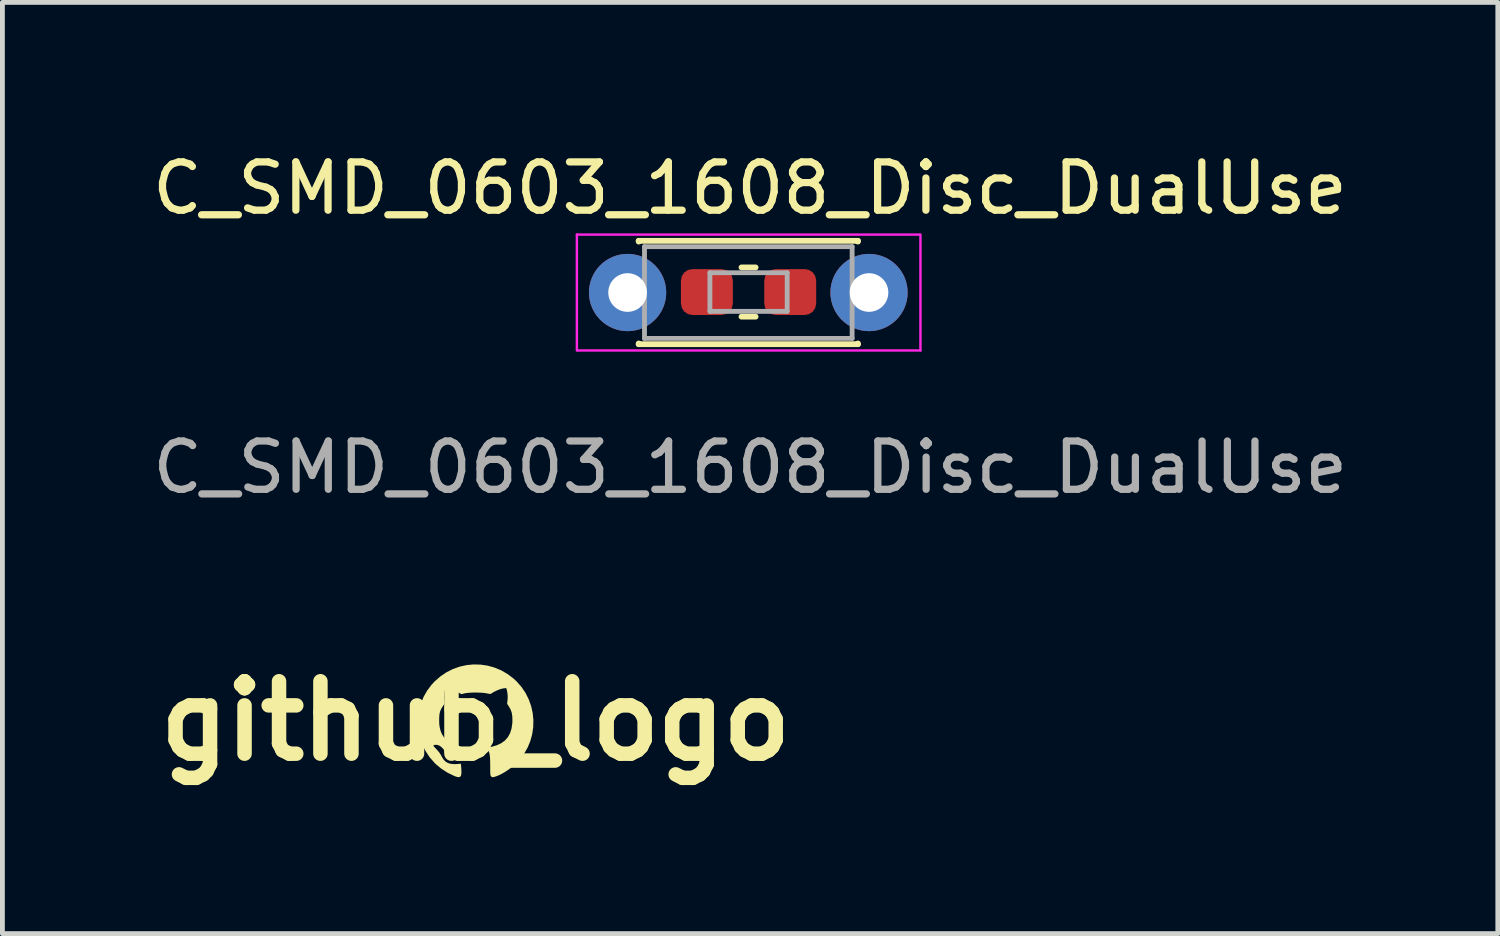
<source format=kicad_pcb>
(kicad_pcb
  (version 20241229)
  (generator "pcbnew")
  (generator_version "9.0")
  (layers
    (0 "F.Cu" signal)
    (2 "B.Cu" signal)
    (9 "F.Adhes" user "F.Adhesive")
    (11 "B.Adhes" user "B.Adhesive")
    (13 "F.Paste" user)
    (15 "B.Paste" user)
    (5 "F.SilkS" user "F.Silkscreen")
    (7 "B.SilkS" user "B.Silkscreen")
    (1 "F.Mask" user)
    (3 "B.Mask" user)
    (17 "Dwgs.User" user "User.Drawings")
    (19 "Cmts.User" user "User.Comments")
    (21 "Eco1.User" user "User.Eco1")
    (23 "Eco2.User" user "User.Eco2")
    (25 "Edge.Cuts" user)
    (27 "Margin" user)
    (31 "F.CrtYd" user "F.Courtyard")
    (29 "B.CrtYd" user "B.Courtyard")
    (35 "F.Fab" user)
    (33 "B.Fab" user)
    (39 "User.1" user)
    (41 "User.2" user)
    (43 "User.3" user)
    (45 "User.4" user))
  (footprint "C_SMD_0603_1608_Disc_DualUse"
    (layer "F.Cu")
    (at 9.982 3.008)
    (property "Reference" "C_SMD_0603_1608_Disc_DualUse" (at 2.5 -2.16 0) (unlocked yes) (layer "F.SilkS") (effects (font (size 1 1) (thickness 0.15))))
    (fp_line (start 0.195 -1.07) (end 0.195 -1.055) (stroke (width 0.12) (type solid)) (layer "F.SilkS"))
    (fp_line (start 0.195 -1.07) (end 4.735 -1.07) (stroke (width 0.12) (type solid)) (layer "F.SilkS"))
    (fp_line (start 0.195 1.055) (end 0.195 1.07) (stroke (width 0.12) (type solid)) (layer "F.SilkS"))
    (fp_line (start 0.195 1.07) (end 4.735 1.07) (stroke (width 0.12) (type solid)) (layer "F.SilkS"))
    (fp_line (start 2.324 -0.52) (end 2.616 -0.52) (stroke (width 0.12) (type solid)) (layer "F.SilkS"))
    (fp_line (start 2.324 0.5) (end 2.616 0.5) (stroke (width 0.12) (type solid)) (layer "F.SilkS"))
    (fp_line (start 4.735 -1.07) (end 4.735 -1.055) (stroke (width 0.12) (type solid)) (layer "F.SilkS"))
    (fp_line (start 4.735 1.055) (end 4.735 1.07) (stroke (width 0.12) (type solid)) (layer "F.SilkS"))
    (fp_line (start -1.085 -1.2) (end -1.085 1.2) (stroke (width 0.05) (type solid)) (layer "F.CrtYd"))
    (fp_line (start -1.07 1.2) (end 6.03 1.2) (stroke (width 0.05) (type solid)) (layer "F.CrtYd"))
    (fp_line (start 6.015 -1.2) (end -1.085 -1.2) (stroke (width 0.05) (type solid)) (layer "F.CrtYd"))
    (fp_line (start 6.03 1.2) (end 6.03 -1.2) (stroke (width 0.05) (type solid)) (layer "F.CrtYd"))
    (fp_line (start 0.315 -0.95) (end 0.315 0.95) (stroke (width 0.1) (type solid)) (layer "F.Fab"))
    (fp_line (start 0.315 0.95) (end 4.615 0.95) (stroke (width 0.1) (type solid)) (layer "F.Fab"))
    (fp_line (start 1.67 -0.41) (end 3.27 -0.41) (stroke (width 0.1) (type solid)) (layer "F.Fab"))
    (fp_line (start 1.67 0.39) (end 1.67 -0.41) (stroke (width 0.1) (type solid)) (layer "F.Fab"))
    (fp_line (start 3.27 -0.41) (end 3.27 0.39) (stroke (width 0.1) (type solid)) (layer "F.Fab"))
    (fp_line (start 3.27 0.39) (end 1.67 0.39) (stroke (width 0.1) (type solid)) (layer "F.Fab"))
    (fp_line (start 4.615 -0.95) (end 0.315 -0.95) (stroke (width 0.1) (type solid)) (layer "F.Fab"))
    (fp_line (start 4.615 0.95) (end 4.615 -0.95) (stroke (width 0.1) (type solid)) (layer "F.Fab"))
    (fp_text user "${REFERENCE}" (at 2.505 3.62 0) (unlocked yes) (layer "F.Fab") (effects (font (size 1 1) (thickness 0.15))))
    (pad "1" thru_hole circle (at -0.035 0) (size 1.6 1.6) (drill 0.8) (layers "*.Cu" "*.Mask"))
    (pad "1" smd roundrect (at 1.607 -0.01) (size 1.075 0.95) (layers "F.Cu" "F.Mask" "F.Paste") (roundrect_rratio 0.25))
    (pad "2" smd roundrect (at 3.333 -0.01) (size 1.075 0.95) (layers "F.Cu" "F.Mask" "F.Paste") (roundrect_rratio 0.25))
    (pad "2" thru_hole circle (at 4.965 0) (size 1.6 1.6) (drill 0.8) (layers "*.Cu" "*.Mask")))
  (footprint "github_logo"
    (layer "F.Cu")
    (at 6.8 11.88)
    (property "Reference" "github_logo" (at 0 0 0) (layer "F.SilkS") (effects (font (size 1.5 1.5) (thickness 0.3))))
    (attr board_only exclude_from_pos_files exclude_from_bom)
    (fp_poly (pts (xy 0.104 -1.166) (xy 0.249 -1.145) (xy 0.391 -1.105) (xy 0.528 -1.048) (xy 0.659 -0.973) (xy 0.782 -0.88) (xy 0.849 -0.818) (xy 0.951 -0.702) (xy 1.035 -0.577) (xy 1.101 -0.444) (xy 1.15 -0.306) (xy 1.182 -0.163) (xy 1.196 -0.018) (xy 1.193 0.128) (xy 1.172 0.272) (xy 1.134 0.413) (xy 1.078 0.55) (xy 1.004 0.679) (xy 0.913 0.801) (xy 0.849 0.87) (xy 0.776 0.936) (xy 0.695 0.999) (xy 0.61 1.056) (xy 0.526 1.104) (xy 0.446 1.14) (xy 0.392 1.158) (xy 0.362 1.165) (xy 0.343 1.164) (xy 0.328 1.155) (xy 0.323 1.152) (xy 0.316 1.144) (xy 0.31 1.133) (xy 0.307 1.117) (xy 0.304 1.093) (xy 0.303 1.057) (xy 0.302 1.006) (xy 0.302 0.938) (xy 0.302 0.937) (xy 0.301 0.848) (xy 0.299 0.777) (xy 0.294 0.721) (xy 0.287 0.677) (xy 0.277 0.642) (xy 0.263 0.613) (xy 0.254 0.598) (xy 0.239 0.575) (xy 0.231 0.56) (xy 0.231 0.558) (xy 0.242 0.555) (xy 0.269 0.549) (xy 0.306 0.541) (xy 0.323 0.537) (xy 0.433 0.507) (xy 0.527 0.463) (xy 0.605 0.407) (xy 0.667 0.337) (xy 0.713 0.254) (xy 0.744 0.157) (xy 0.76 0.045) (xy 0.762 -0.016) (xy 0.759 -0.099) (xy 0.748 -0.168) (xy 0.727 -0.23) (xy 0.694 -0.29) (xy 0.683 -0.307) (xy 0.663 -0.337) (xy 0.654 -0.359) (xy 0.653 -0.379) (xy 0.658 -0.406) (xy 0.663 -0.451) (xy 0.664 -0.507) (xy 0.66 -0.566) (xy 0.651 -0.619) (xy 0.646 -0.639) (xy 0.634 -0.68) (xy 0.576 -0.674) (xy 0.534 -0.665) (xy 0.482 -0.648) (xy 0.426 -0.624) (xy 0.374 -0.598) (xy 0.335 -0.574) (xy 0.319 -0.564) (xy 0.304 -0.559) (xy 0.283 -0.56) (xy 0.251 -0.567) (xy 0.234 -0.57) (xy 0.183 -0.579) (xy 0.119 -0.584) (xy 0.045 -0.587) (xy -0.031 -0.588) (xy -0.104 -0.585) (xy -0.169 -0.58) (xy -0.22 -0.573) (xy -0.228 -0.571) (xy -0.295 -0.554) (xy -0.374 -0.599) (xy -0.447 -0.637) (xy -0.512 -0.662) (xy -0.566 -0.675) (xy -0.596 -0.675) (xy -0.619 -0.67) (xy -0.632 -0.657) (xy -0.642 -0.63) (xy -0.648 -0.598) (xy -0.652 -0.553) (xy -0.654 -0.501) (xy -0.654 -0.451) (xy -0.651 -0.408) (xy -0.647 -0.385) (xy -0.646 -0.366) (xy -0.654 -0.342) (xy -0.675 -0.309) (xy -0.679 -0.304) (xy -0.711 -0.253) (xy -0.733 -0.204) (xy -0.747 -0.152) (xy -0.753 -0.09) (xy -0.755 -0.021) (xy -0.753 0.063) (xy -0.744 0.133) (xy -0.729 0.196) (xy -0.705 0.256) (xy -0.696 0.276) (xy -0.647 0.353) (xy -0.581 0.42) (xy -0.501 0.474) (xy -0.407 0.516) (xy -0.303 0.542) (xy -0.274 0.547) (xy -0.221 0.554) (xy -0.246 0.591) (xy -0.266 0.627) (xy -0.281 0.667) (xy -0.283 0.674) (xy -0.293 0.703) (xy -0.308 0.72) (xy -0.332 0.731) (xy -0.394 0.743) (xy -0.46 0.741) (xy -0.521 0.726) (xy -0.534 0.72) (xy -0.569 0.698) (xy -0.603 0.665) (xy -0.634 0.626) (xy -0.678 0.571) (xy -0.718 0.533) (xy -0.759 0.508) (xy -0.784 0.499) (xy -0.815 0.494) (xy -0.845 0.496) (xy -0.867 0.503) (xy -0.875 0.513) (xy -0.868 0.525) (xy -0.849 0.547) (xy -0.822 0.575) (xy -0.81 0.588) (xy -0.758 0.646) (xy -0.717 0.709) (xy -0.706 0.732) (xy -0.668 0.795) (xy -0.623 0.842) (xy -0.569 0.874) (xy -0.503 0.891) (xy -0.423 0.895) (xy -0.384 0.893) (xy -0.305 0.886) (xy -0.297 0.984) (xy -0.294 1.056) (xy -0.297 1.108) (xy -0.308 1.143) (xy -0.328 1.161) (xy -0.359 1.165) (xy -0.4 1.156) (xy -0.438 1.142) (xy -0.584 1.071) (xy -0.715 0.986) (xy -0.832 0.888) (xy -0.849 0.87) (xy -0.951 0.754) (xy -1.035 0.628) (xy -1.102 0.495) (xy -1.151 0.356) (xy -1.182 0.213) (xy -1.196 0.068) (xy -1.193 -0.077) (xy -1.172 -0.222) (xy -1.133 -0.363) (xy -1.077 -0.499) (xy -1.003 -0.629) (xy -0.912 -0.75) (xy -0.849 -0.818) (xy -0.731 -0.921) (xy -0.605 -1.007) (xy -0.471 -1.074) (xy -0.331 -1.124) (xy -0.188 -1.156) (xy -0.042 -1.17)) (stroke (width 0) (type solid)) (fill yes) (layer "F.SilkS")))
  (gr_rect
    (start -3 -3)
    (end 27.969 16.285)
    (stroke (width 0.1) (type default))
    (fill no)
    (layer "Edge.Cuts")))
</source>
